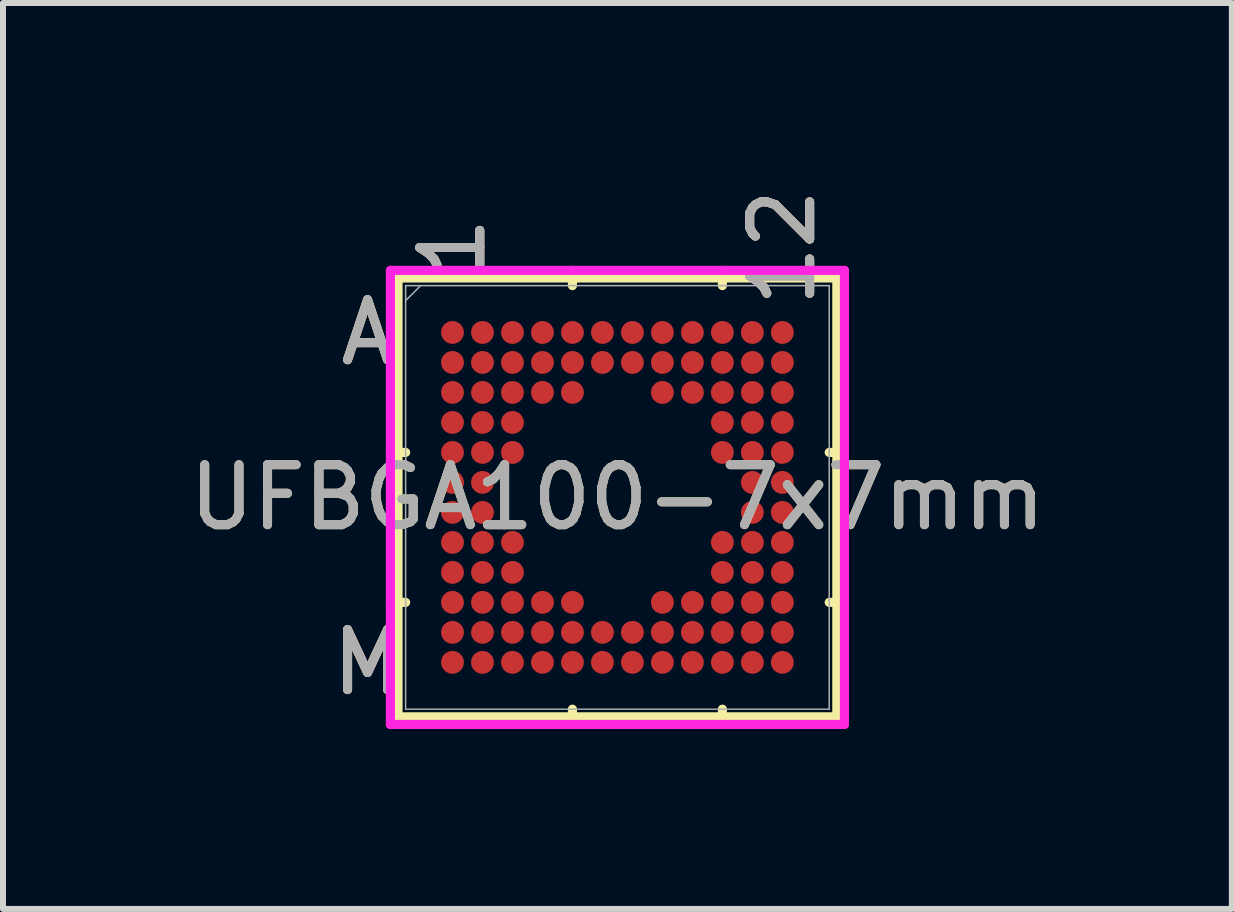
<source format=kicad_pcb>
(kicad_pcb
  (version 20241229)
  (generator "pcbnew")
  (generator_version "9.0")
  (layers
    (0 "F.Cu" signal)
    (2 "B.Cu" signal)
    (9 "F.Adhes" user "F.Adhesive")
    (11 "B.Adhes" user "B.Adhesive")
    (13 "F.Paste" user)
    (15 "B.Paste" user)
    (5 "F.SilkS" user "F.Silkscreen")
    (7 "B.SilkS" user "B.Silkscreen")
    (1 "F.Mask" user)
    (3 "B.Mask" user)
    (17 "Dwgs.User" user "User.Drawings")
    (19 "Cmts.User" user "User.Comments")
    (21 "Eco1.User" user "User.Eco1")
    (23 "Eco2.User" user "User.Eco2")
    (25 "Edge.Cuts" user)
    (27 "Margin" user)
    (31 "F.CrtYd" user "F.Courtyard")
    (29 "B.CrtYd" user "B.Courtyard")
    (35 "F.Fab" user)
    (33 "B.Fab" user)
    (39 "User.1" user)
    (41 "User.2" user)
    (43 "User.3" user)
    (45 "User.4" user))
  (footprint "UFBGA100-7x7mm"
    (layer "F.Cu")
    (at 7.244 5.243)
    (property "Reference" "UFBGA100-7x7mm" (at 0 0 0) (unlocked yes) (layer "F.SilkS") (effects (font (size 1 1) (thickness 0.15))))
    (attr smd)
    (fp_line (start -3.658 -3.658) (end -3.658 3.658) (stroke (width 0.152) (type solid)) (layer "F.SilkS"))
    (fp_line (start -3.658 3.658) (end 3.658 3.658) (stroke (width 0.152) (type solid)) (layer "F.SilkS"))
    (fp_line (start -3.531 -0.75) (end -3.785 -0.75) (stroke (width 0.152) (type solid)) (layer "F.SilkS"))
    (fp_line (start -3.531 1.75) (end -3.785 1.75) (stroke (width 0.152) (type solid)) (layer "F.SilkS"))
    (fp_line (start -0.75 -3.531) (end -0.75 -3.785) (stroke (width 0.152) (type solid)) (layer "F.SilkS"))
    (fp_line (start -0.75 3.531) (end -0.75 3.785) (stroke (width 0.152) (type solid)) (layer "F.SilkS"))
    (fp_line (start 1.75 -3.531) (end 1.75 -3.785) (stroke (width 0.152) (type solid)) (layer "F.SilkS"))
    (fp_line (start 1.75 3.531) (end 1.75 3.785) (stroke (width 0.152) (type solid)) (layer "F.SilkS"))
    (fp_line (start 3.531 -0.75) (end 3.785 -0.75) (stroke (width 0.152) (type solid)) (layer "F.SilkS"))
    (fp_line (start 3.531 1.75) (end 3.785 1.75) (stroke (width 0.152) (type solid)) (layer "F.SilkS"))
    (fp_line (start 3.658 -3.658) (end -3.658 -3.658) (stroke (width 0.152) (type solid)) (layer "F.SilkS"))
    (fp_line (start 3.658 3.658) (end 3.658 -3.658) (stroke (width 0.152) (type solid)) (layer "F.SilkS"))
    (fp_poly (pts (xy -3.445 -3.445) (xy 3.445 -3.445) (xy 3.445 3.445) (xy -3.445 3.445)) (stroke (width 0.1) (type solid)) (fill no) (layer "Eco2.User"))
    (fp_line (start -3.785 -3.785) (end 3.785 -3.785) (stroke (width 0.152) (type solid)) (layer "F.CrtYd"))
    (fp_line (start -3.785 3.785) (end -3.785 -3.785) (stroke (width 0.152) (type solid)) (layer "F.CrtYd"))
    (fp_line (start 3.785 -3.785) (end 3.785 3.785) (stroke (width 0.152) (type solid)) (layer "F.CrtYd"))
    (fp_line (start 3.785 3.785) (end -3.785 3.785) (stroke (width 0.152) (type solid)) (layer "F.CrtYd"))
    (fp_line (start -3.531 -3.531) (end -3.531 3.531) (stroke (width 0.025) (type solid)) (layer "F.Fab"))
    (fp_line (start -3.531 3.531) (end 3.531 3.531) (stroke (width 0.025) (type solid)) (layer "F.Fab"))
    (fp_line (start -3.281 -3.531) (end -3.531 -3.281) (stroke (width 0.025) (type solid)) (layer "F.Fab"))
    (fp_line (start 3.531 -3.531) (end -3.531 -3.531) (stroke (width 0.025) (type solid)) (layer "F.Fab"))
    (fp_line (start 3.531 3.531) (end 3.531 -3.531) (stroke (width 0.025) (type solid)) (layer "F.Fab"))
    (fp_text user "A" (at -4.166 -2.75 0) (unlocked yes) (layer "F.SilkS") (effects (font (size 1 1) (thickness 0.15))))
    (fp_text user "1" (at -2.75 -4.166 90) (unlocked yes) (layer "F.SilkS") (effects (font (size 1 1) (thickness 0.15))))
    (fp_text user "12" (at 2.75 -4.166 90) (unlocked yes) (layer "F.SilkS") (effects (font (size 1 1) (thickness 0.15))))
    (fp_text user "M" (at -4.166 2.75 0) (unlocked yes) (layer "F.SilkS") (effects (font (size 1 1) (thickness 0.15))))
    (fp_text user "M" (at -4.166 2.75 0) (unlocked yes) (layer "B.SilkS") (effects (font (size 1 1) (thickness 0.15))))
    (fp_text user "A" (at -4.166 -2.75 0) (unlocked yes) (layer "B.SilkS") (effects (font (size 1 1) (thickness 0.15))))
    (fp_text user "1" (at -2.75 -4.166 90) (unlocked yes) (layer "B.SilkS") (effects (font (size 1 1) (thickness 0.15))))
    (fp_text user "12" (at 2.75 -4.166 90) (unlocked yes) (layer "B.SilkS") (effects (font (size 1 1) (thickness 0.15))))
    (fp_text user "1" (at -2.75 -4.166 90) (unlocked yes) (layer "F.Fab") (effects (font (size 1 1) (thickness 0.15))))
    (fp_text user "A" (at -4.166 -2.75 0) (unlocked yes) (layer "F.Fab") (effects (font (size 1 1) (thickness 0.15))))
    (fp_text user "M" (at -4.166 2.75 0) (unlocked yes) (layer "F.Fab") (effects (font (size 1 1) (thickness 0.15))))
    (fp_text user "12" (at 2.75 -4.166 90) (unlocked yes) (layer "F.Fab") (effects (font (size 1 1) (thickness 0.15))))
    (fp_text user "${REFERENCE}" (at 0 0 0) (unlocked yes) (layer "F.Fab") (effects (font (size 1 1) (thickness 0.15))))
    (pad "A1" smd circle (at -2.75 -2.75) (size 0.381 0.381) (layers "F.Cu" "F.Mask" "F.Paste"))
    (pad "A2" smd circle (at -2.25 -2.75) (size 0.381 0.381) (layers "F.Cu" "F.Mask" "F.Paste"))
    (pad "A3" smd circle (at -1.75 -2.75) (size 0.381 0.381) (layers "F.Cu" "F.Mask" "F.Paste"))
    (pad "A4" smd circle (at -1.25 -2.75) (size 0.381 0.381) (layers "F.Cu" "F.Mask" "F.Paste"))
    (pad "A5" smd circle (at -0.75 -2.75) (size 0.381 0.381) (layers "F.Cu" "F.Mask" "F.Paste"))
    (pad "A6" smd circle (at -0.25 -2.75) (size 0.381 0.381) (layers "F.Cu" "F.Mask" "F.Paste"))
    (pad "A7" smd circle (at 0.25 -2.75) (size 0.381 0.381) (layers "F.Cu" "F.Mask" "F.Paste"))
    (pad "A8" smd circle (at 0.75 -2.75) (size 0.381 0.381) (layers "F.Cu" "F.Mask" "F.Paste"))
    (pad "A9" smd circle (at 1.25 -2.75) (size 0.381 0.381) (layers "F.Cu" "F.Mask" "F.Paste"))
    (pad "A10" smd circle (at 1.75 -2.75) (size 0.381 0.381) (layers "F.Cu" "F.Mask" "F.Paste"))
    (pad "A11" smd circle (at 2.25 -2.75) (size 0.381 0.381) (layers "F.Cu" "F.Mask" "F.Paste"))
    (pad "A12" smd circle (at 2.75 -2.75) (size 0.381 0.381) (layers "F.Cu" "F.Mask" "F.Paste"))
    (pad "B1" smd circle (at -2.75 -2.25) (size 0.381 0.381) (layers "F.Cu" "F.Mask" "F.Paste"))
    (pad "B2" smd circle (at -2.25 -2.25) (size 0.381 0.381) (layers "F.Cu" "F.Mask" "F.Paste"))
    (pad "B3" smd circle (at -1.75 -2.25) (size 0.381 0.381) (layers "F.Cu" "F.Mask" "F.Paste"))
    (pad "B4" smd circle (at -1.25 -2.25) (size 0.381 0.381) (layers "F.Cu" "F.Mask" "F.Paste"))
    (pad "B5" smd circle (at -0.75 -2.25) (size 0.381 0.381) (layers "F.Cu" "F.Mask" "F.Paste"))
    (pad "B6" smd circle (at -0.25 -2.25) (size 0.381 0.381) (layers "F.Cu" "F.Mask" "F.Paste"))
    (pad "B7" smd circle (at 0.25 -2.25) (size 0.381 0.381) (layers "F.Cu" "F.Mask" "F.Paste"))
    (pad "B8" smd circle (at 0.75 -2.25) (size 0.381 0.381) (layers "F.Cu" "F.Mask" "F.Paste"))
    (pad "B9" smd circle (at 1.25 -2.25) (size 0.381 0.381) (layers "F.Cu" "F.Mask" "F.Paste"))
    (pad "B10" smd circle (at 1.75 -2.25) (size 0.381 0.381) (layers "F.Cu" "F.Mask" "F.Paste"))
    (pad "B11" smd circle (at 2.25 -2.25) (size 0.381 0.381) (layers "F.Cu" "F.Mask" "F.Paste"))
    (pad "B12" smd circle (at 2.75 -2.25) (size 0.381 0.381) (layers "F.Cu" "F.Mask" "F.Paste"))
    (pad "C1" smd circle (at -2.75 -1.75) (size 0.381 0.381) (layers "F.Cu" "F.Mask" "F.Paste"))
    (pad "C2" smd circle (at -2.25 -1.75) (size 0.381 0.381) (layers "F.Cu" "F.Mask" "F.Paste"))
    (pad "C3" smd circle (at -1.75 -1.75) (size 0.381 0.381) (layers "F.Cu" "F.Mask" "F.Paste"))
    (pad "C4" smd circle (at -1.25 -1.75) (size 0.381 0.381) (layers "F.Cu" "F.Mask" "F.Paste"))
    (pad "C5" smd circle (at -0.75 -1.75) (size 0.381 0.381) (layers "F.Cu" "F.Mask" "F.Paste"))
    (pad "C8" smd circle (at 0.75 -1.75) (size 0.381 0.381) (layers "F.Cu" "F.Mask" "F.Paste"))
    (pad "C9" smd circle (at 1.25 -1.75) (size 0.381 0.381) (layers "F.Cu" "F.Mask" "F.Paste"))
    (pad "C10" smd circle (at 1.75 -1.75) (size 0.381 0.381) (layers "F.Cu" "F.Mask" "F.Paste"))
    (pad "C11" smd circle (at 2.25 -1.75) (size 0.381 0.381) (layers "F.Cu" "F.Mask" "F.Paste"))
    (pad "C12" smd circle (at 2.75 -1.75) (size 0.381 0.381) (layers "F.Cu" "F.Mask" "F.Paste"))
    (pad "D1" smd circle (at -2.75 -1.25) (size 0.381 0.381) (layers "F.Cu" "F.Mask" "F.Paste"))
    (pad "D2" smd circle (at -2.25 -1.25) (size 0.381 0.381) (layers "F.Cu" "F.Mask" "F.Paste"))
    (pad "D3" smd circle (at -1.75 -1.25) (size 0.381 0.381) (layers "F.Cu" "F.Mask" "F.Paste"))
    (pad "D10" smd circle (at 1.75 -1.25) (size 0.381 0.381) (layers "F.Cu" "F.Mask" "F.Paste"))
    (pad "D11" smd circle (at 2.25 -1.25) (size 0.381 0.381) (layers "F.Cu" "F.Mask" "F.Paste"))
    (pad "D12" smd circle (at 2.75 -1.25) (size 0.381 0.381) (layers "F.Cu" "F.Mask" "F.Paste"))
    (pad "E1" smd circle (at -2.75 -0.75) (size 0.381 0.381) (layers "F.Cu" "F.Mask" "F.Paste"))
    (pad "E2" smd circle (at -2.25 -0.75) (size 0.381 0.381) (layers "F.Cu" "F.Mask" "F.Paste"))
    (pad "E3" smd circle (at -1.75 -0.75) (size 0.381 0.381) (layers "F.Cu" "F.Mask" "F.Paste"))
    (pad "E10" smd circle (at 1.75 -0.75) (size 0.381 0.381) (layers "F.Cu" "F.Mask" "F.Paste"))
    (pad "E11" smd circle (at 2.25 -0.75) (size 0.381 0.381) (layers "F.Cu" "F.Mask" "F.Paste"))
    (pad "E12" smd circle (at 2.75 -0.75) (size 0.381 0.381) (layers "F.Cu" "F.Mask" "F.Paste"))
    (pad "F1" smd circle (at -2.75 -0.25) (size 0.381 0.381) (layers "F.Cu" "F.Mask" "F.Paste"))
    (pad "F2" smd circle (at -2.25 -0.25) (size 0.381 0.381) (layers "F.Cu" "F.Mask" "F.Paste"))
    (pad "F11" smd circle (at 2.25 -0.25) (size 0.381 0.381) (layers "F.Cu" "F.Mask" "F.Paste"))
    (pad "F12" smd circle (at 2.75 -0.25) (size 0.381 0.381) (layers "F.Cu" "F.Mask" "F.Paste"))
    (pad "G1" smd circle (at -2.75 0.25) (size 0.381 0.381) (layers "F.Cu" "F.Mask" "F.Paste"))
    (pad "G2" smd circle (at -2.25 0.25) (size 0.381 0.381) (layers "F.Cu" "F.Mask" "F.Paste"))
    (pad "G11" smd circle (at 2.25 0.25) (size 0.381 0.381) (layers "F.Cu" "F.Mask" "F.Paste"))
    (pad "G12" smd circle (at 2.75 0.25) (size 0.381 0.381) (layers "F.Cu" "F.Mask" "F.Paste"))
    (pad "H1" smd circle (at -2.75 0.75) (size 0.381 0.381) (layers "F.Cu" "F.Mask" "F.Paste"))
    (pad "H2" smd circle (at -2.25 0.75) (size 0.381 0.381) (layers "F.Cu" "F.Mask" "F.Paste"))
    (pad "H3" smd circle (at -1.75 0.75) (size 0.381 0.381) (layers "F.Cu" "F.Mask" "F.Paste"))
    (pad "H10" smd circle (at 1.75 0.75) (size 0.381 0.381) (layers "F.Cu" "F.Mask" "F.Paste"))
    (pad "H11" smd circle (at 2.25 0.75) (size 0.381 0.381) (layers "F.Cu" "F.Mask" "F.Paste"))
    (pad "H12" smd circle (at 2.75 0.75) (size 0.381 0.381) (layers "F.Cu" "F.Mask" "F.Paste"))
    (pad "J1" smd circle (at -2.75 1.25) (size 0.381 0.381) (layers "F.Cu" "F.Mask" "F.Paste"))
    (pad "J2" smd circle (at -2.25 1.25) (size 0.381 0.381) (layers "F.Cu" "F.Mask" "F.Paste"))
    (pad "J3" smd circle (at -1.75 1.25) (size 0.381 0.381) (layers "F.Cu" "F.Mask" "F.Paste"))
    (pad "J10" smd circle (at 1.75 1.25) (size 0.381 0.381) (layers "F.Cu" "F.Mask" "F.Paste"))
    (pad "J11" smd circle (at 2.25 1.25) (size 0.381 0.381) (layers "F.Cu" "F.Mask" "F.Paste"))
    (pad "J12" smd circle (at 2.75 1.25) (size 0.381 0.381) (layers "F.Cu" "F.Mask" "F.Paste"))
    (pad "K1" smd circle (at -2.75 1.75) (size 0.381 0.381) (layers "F.Cu" "F.Mask" "F.Paste"))
    (pad "K2" smd circle (at -2.25 1.75) (size 0.381 0.381) (layers "F.Cu" "F.Mask" "F.Paste"))
    (pad "K3" smd circle (at -1.75 1.75) (size 0.381 0.381) (layers "F.Cu" "F.Mask" "F.Paste"))
    (pad "K4" smd circle (at -1.25 1.75) (size 0.381 0.381) (layers "F.Cu" "F.Mask" "F.Paste"))
    (pad "K5" smd circle (at -0.75 1.75) (size 0.381 0.381) (layers "F.Cu" "F.Mask" "F.Paste"))
    (pad "K8" smd circle (at 0.75 1.75) (size 0.381 0.381) (layers "F.Cu" "F.Mask" "F.Paste"))
    (pad "K9" smd circle (at 1.25 1.75) (size 0.381 0.381) (layers "F.Cu" "F.Mask" "F.Paste"))
    (pad "K10" smd circle (at 1.75 1.75) (size 0.381 0.381) (layers "F.Cu" "F.Mask" "F.Paste"))
    (pad "K11" smd circle (at 2.25 1.75) (size 0.381 0.381) (layers "F.Cu" "F.Mask" "F.Paste"))
    (pad "K12" smd circle (at 2.75 1.75) (size 0.381 0.381) (layers "F.Cu" "F.Mask" "F.Paste"))
    (pad "L1" smd circle (at -2.75 2.25) (size 0.381 0.381) (layers "F.Cu" "F.Mask" "F.Paste"))
    (pad "L2" smd circle (at -2.25 2.25) (size 0.381 0.381) (layers "F.Cu" "F.Mask" "F.Paste"))
    (pad "L3" smd circle (at -1.75 2.25) (size 0.381 0.381) (layers "F.Cu" "F.Mask" "F.Paste"))
    (pad "L4" smd circle (at -1.25 2.25) (size 0.381 0.381) (layers "F.Cu" "F.Mask" "F.Paste"))
    (pad "L5" smd circle (at -0.75 2.25) (size 0.381 0.381) (layers "F.Cu" "F.Mask" "F.Paste"))
    (pad "L6" smd circle (at -0.25 2.25) (size 0.381 0.381) (layers "F.Cu" "F.Mask" "F.Paste"))
    (pad "L7" smd circle (at 0.25 2.25) (size 0.381 0.381) (layers "F.Cu" "F.Mask" "F.Paste"))
    (pad "L8" smd circle (at 0.75 2.25) (size 0.381 0.381) (layers "F.Cu" "F.Mask" "F.Paste"))
    (pad "L9" smd circle (at 1.25 2.25) (size 0.381 0.381) (layers "F.Cu" "F.Mask" "F.Paste"))
    (pad "L10" smd circle (at 1.75 2.25) (size 0.381 0.381) (layers "F.Cu" "F.Mask" "F.Paste"))
    (pad "L11" smd circle (at 2.25 2.25) (size 0.381 0.381) (layers "F.Cu" "F.Mask" "F.Paste"))
    (pad "L12" smd circle (at 2.75 2.25) (size 0.381 0.381) (layers "F.Cu" "F.Mask" "F.Paste"))
    (pad "M1" smd circle (at -2.75 2.75) (size 0.381 0.381) (layers "F.Cu" "F.Mask" "F.Paste"))
    (pad "M2" smd circle (at -2.25 2.75) (size 0.381 0.381) (layers "F.Cu" "F.Mask" "F.Paste"))
    (pad "M3" smd circle (at -1.75 2.75) (size 0.381 0.381) (layers "F.Cu" "F.Mask" "F.Paste"))
    (pad "M4" smd circle (at -1.25 2.75) (size 0.381 0.381) (layers "F.Cu" "F.Mask" "F.Paste"))
    (pad "M5" smd circle (at -0.75 2.75) (size 0.381 0.381) (layers "F.Cu" "F.Mask" "F.Paste"))
    (pad "M6" smd circle (at -0.25 2.75) (size 0.381 0.381) (layers "F.Cu" "F.Mask" "F.Paste"))
    (pad "M7" smd circle (at 0.25 2.75) (size 0.381 0.381) (layers "F.Cu" "F.Mask" "F.Paste"))
    (pad "M8" smd circle (at 0.75 2.75) (size 0.381 0.381) (layers "F.Cu" "F.Mask" "F.Paste"))
    (pad "M9" smd circle (at 1.25 2.75) (size 0.381 0.381) (layers "F.Cu" "F.Mask" "F.Paste"))
    (pad "M10" smd circle (at 1.75 2.75) (size 0.381 0.381) (layers "F.Cu" "F.Mask" "F.Paste"))
    (pad "M11" smd circle (at 2.25 2.75) (size 0.381 0.381) (layers "F.Cu" "F.Mask" "F.Paste"))
    (pad "M12" smd circle (at 2.75 2.75) (size 0.381 0.381) (layers "F.Cu" "F.Mask" "F.Paste")))
  (gr_rect
    (start -3 -3)
    (end 17.488 12.104)
    (stroke (width 0.1) (type default))
    (fill no)
    (layer "Edge.Cuts")))
</source>
